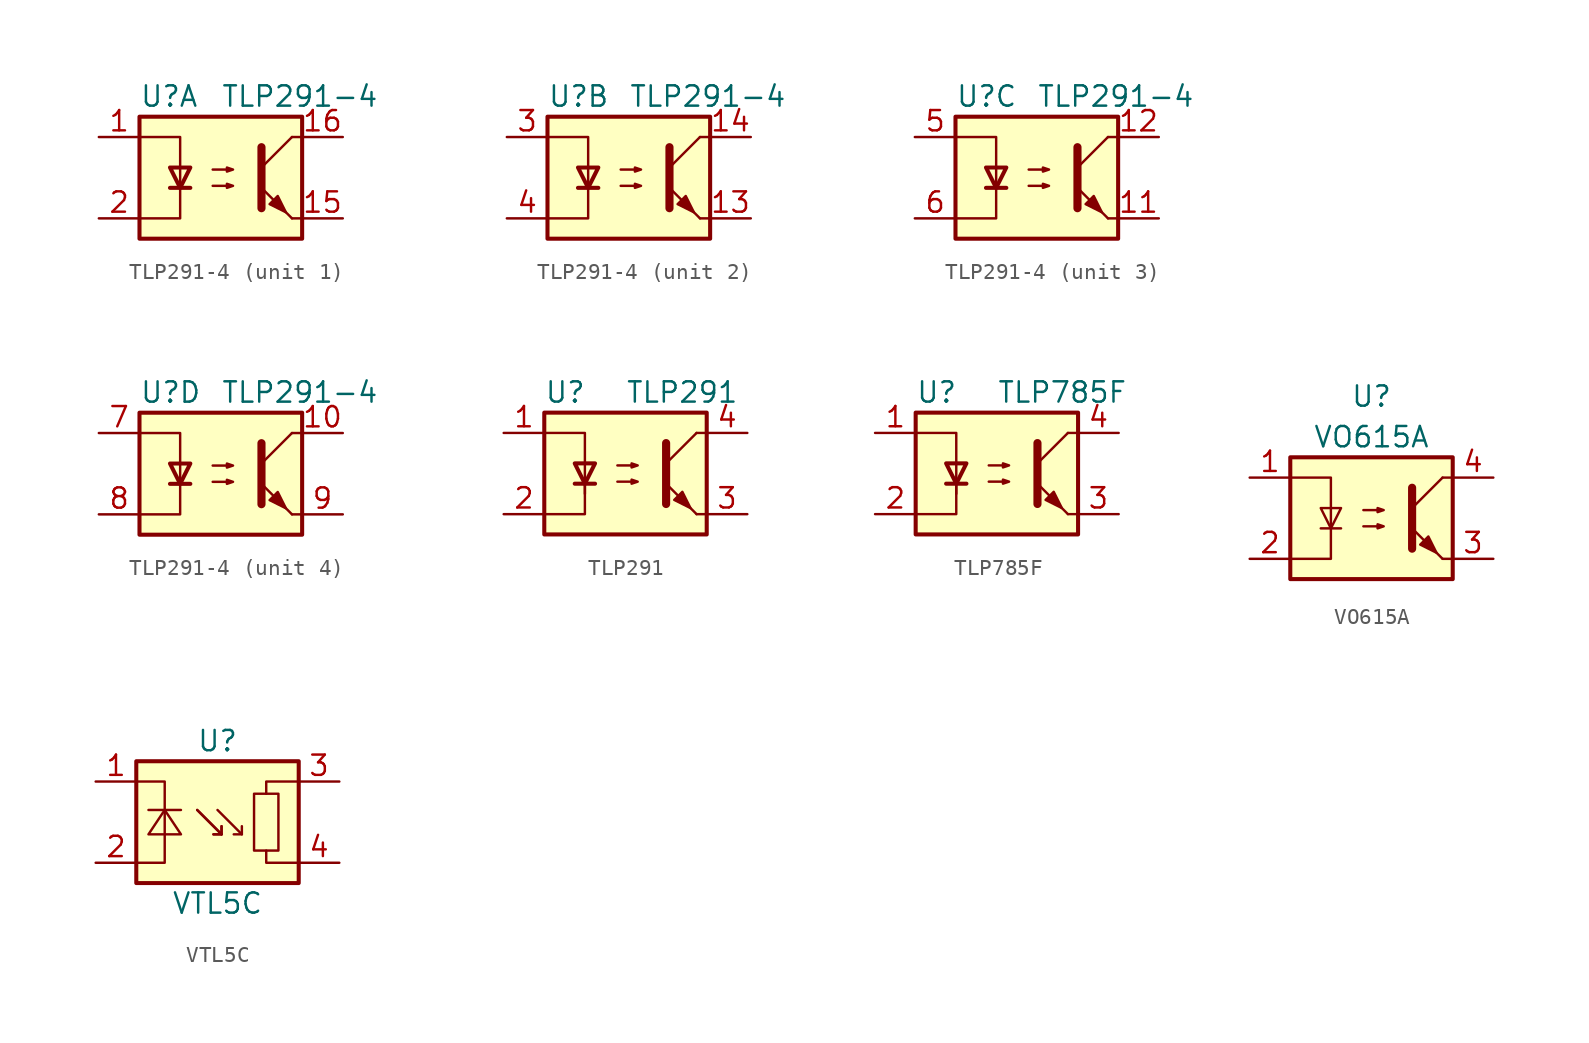
<source format=kicad_sym>
(kicad_symbol_lib
  (version 20201005)
  (generator kicad_symbol_editor)
  (symbol "TLP291-4"
    (property "Reference" "U"
      (at -5.08 5.08 0)
      (effects (font (size 1.27 1.27)) (justify left)))
    (property "Value" "TLP291-4"
      (at 0 5.08 0)
      (effects (font (size 1.27 1.27)) (justify left)))
    (symbol "TLP291-4_0_1"
      (rectangle (start -5.08 3.81) (end 5.08 -3.81) (stroke (width 0.254)) (fill (type background)))
      (polyline (pts (xy -3.175 -0.635) (xy -1.905 -0.635)) (stroke (width 0.254)) (fill (type none)))
      (polyline (pts (xy 2.54 0.635) (xy 4.445 2.54)) (stroke (width 0)) (fill (type none)))
      (polyline (pts (xy 4.445 -2.54) (xy 5.08 -2.54)) (stroke (width 0)) (fill (type none)))
      (polyline (pts (xy 4.445 2.54) (xy 5.08 2.54)) (stroke (width 0)) (fill (type none)))
      (polyline (pts (xy -5.08 2.54) (xy -2.54 2.54) (xy -2.54 0.635)) (stroke (width 0)) (fill (type none)))
      (polyline (pts (xy -2.54 0.635) (xy -2.54 -2.54) (xy -5.08 -2.54)) (stroke (width 0)) (fill (type none)))
      (polyline (pts (xy 2.54 1.905) (xy 2.54 -1.905) (xy 2.54 -1.905)) (stroke (width 0.508)) (fill (type none)))
      (polyline (pts (xy -2.54 -0.635) (xy -3.175 0.635) (xy -1.905 0.635) (xy -2.54 -0.635)) (stroke (width 0.254)) (fill (type none)))
      (polyline (pts (xy -0.508 -0.508) (xy 0.762 -0.508) (xy 0.381 -0.635) (xy 0.381 -0.381) (xy 0.762 -0.508)) (stroke (width 0)) (fill (type none)))
      (polyline (pts (xy -0.508 0.508) (xy 0.762 0.508) (xy 0.381 0.381) (xy 0.381 0.635) (xy 0.762 0.508)) (stroke (width 0)) (fill (type none)))
      (polyline (pts (xy 4.445 -2.54) (xy 2.54 -0.635)) (stroke (width 0)) (fill (type outline)))
      (polyline (pts (xy 3.048 -1.651) (xy 3.556 -1.143) (xy 4.064 -2.159) (xy 3.048 -1.651) (xy 3.048 -1.651)) (stroke (width 0)) (fill (type outline))))
    (symbol "TLP291-4_1_1"
      (pin passive line (at -7.62 2.54 0) (length 2.54) (name "~" (effects (font (size 1.27 1.27)))) (number "1" (effects (font (size 1.27 1.27)))))
      (pin passive line (at 7.62 -2.54 180) (length 2.54) (name "~" (effects (font (size 1.27 1.27)))) (number "15" (effects (font (size 1.27 1.27)))))
      (pin passive line (at 7.62 2.54 180) (length 2.54) (name "~" (effects (font (size 1.27 1.27)))) (number "16" (effects (font (size 1.27 1.27)))))
      (pin passive line (at -7.62 -2.54 0) (length 2.54) (name "~" (effects (font (size 1.27 1.27)))) (number "2" (effects (font (size 1.27 1.27))))))
    (symbol "TLP291-4_2_1"
      (pin passive line (at 7.62 -2.54 180) (length 2.54) (name "~" (effects (font (size 1.27 1.27)))) (number "13" (effects (font (size 1.27 1.27)))))
      (pin passive line (at 7.62 2.54 180) (length 2.54) (name "~" (effects (font (size 1.27 1.27)))) (number "14" (effects (font (size 1.27 1.27)))))
      (pin passive line (at -7.62 2.54 0) (length 2.54) (name "~" (effects (font (size 1.27 1.27)))) (number "3" (effects (font (size 1.27 1.27)))))
      (pin passive line (at -7.62 -2.54 0) (length 2.54) (name "~" (effects (font (size 1.27 1.27)))) (number "4" (effects (font (size 1.27 1.27))))))
    (symbol "TLP291-4_3_1"
      (pin passive line (at 7.62 -2.54 180) (length 2.54) (name "~" (effects (font (size 1.27 1.27)))) (number "11" (effects (font (size 1.27 1.27)))))
      (pin passive line (at 7.62 2.54 180) (length 2.54) (name "~" (effects (font (size 1.27 1.27)))) (number "12" (effects (font (size 1.27 1.27)))))
      (pin passive line (at -7.62 2.54 0) (length 2.54) (name "~" (effects (font (size 1.27 1.27)))) (number "5" (effects (font (size 1.27 1.27)))))
      (pin passive line (at -7.62 -2.54 0) (length 2.54) (name "~" (effects (font (size 1.27 1.27)))) (number "6" (effects (font (size 1.27 1.27))))))
    (symbol "TLP291-4_4_1"
      (pin passive line (at 7.62 2.54 180) (length 2.54) (name "~" (effects (font (size 1.27 1.27)))) (number "10" (effects (font (size 1.27 1.27)))))
      (pin passive line (at -7.62 2.54 0) (length 2.54) (name "~" (effects (font (size 1.27 1.27)))) (number "7" (effects (font (size 1.27 1.27)))))
      (pin passive line (at -7.62 -2.54 0) (length 2.54) (name "~" (effects (font (size 1.27 1.27)))) (number "8" (effects (font (size 1.27 1.27)))))
      (pin passive line (at 7.62 -2.54 180) (length 2.54) (name "~" (effects (font (size 1.27 1.27)))) (number "9" (effects (font (size 1.27 1.27)))))))
  (symbol "TLP291"
    (property "Reference" "U"
      (at -5.08 5.08 0)
      (effects (font (size 1.27 1.27)) (justify left)))
    (property "Value" "TLP291"
      (at 0 5.08 0)
      (effects (font (size 1.27 1.27)) (justify left)))
    (symbol "TLP291_0_1"
      (rectangle (start -5.08 3.81) (end 5.08 -3.81) (stroke (width 0.254)) (fill (type background)))
      (polyline (pts (xy -3.175 -0.635) (xy -1.905 -0.635)) (stroke (width 0.254)) (fill (type none)))
      (polyline (pts (xy 2.54 0.635) (xy 4.445 2.54)) (stroke (width 0)) (fill (type none)))
      (polyline (pts (xy 4.445 -2.54) (xy 5.08 -2.54)) (stroke (width 0)) (fill (type none)))
      (polyline (pts (xy 4.445 2.54) (xy 5.08 2.54)) (stroke (width 0)) (fill (type none)))
      (polyline (pts (xy -2.54 -0.635) (xy -2.54 -2.54) (xy -5.08 -2.54)) (stroke (width 0)) (fill (type none)))
      (polyline (pts (xy 2.54 1.905) (xy 2.54 -1.905) (xy 2.54 -1.905)) (stroke (width 0.508)) (fill (type none)))
      (polyline (pts (xy -5.08 2.54) (xy -2.54 2.54) (xy -2.54 -1.27) (xy -2.54 0.635)) (stroke (width 0)) (fill (type none)))
      (polyline (pts (xy -2.54 -0.635) (xy -3.175 0.635) (xy -1.905 0.635) (xy -2.54 -0.635)) (stroke (width 0.254)) (fill (type none)))
      (polyline (pts (xy -0.508 -0.508) (xy 0.762 -0.508) (xy 0.381 -0.635) (xy 0.381 -0.381) (xy 0.762 -0.508)) (stroke (width 0)) (fill (type none)))
      (polyline (pts (xy -0.508 0.508) (xy 0.762 0.508) (xy 0.381 0.381) (xy 0.381 0.635) (xy 0.762 0.508)) (stroke (width 0)) (fill (type none)))
      (polyline (pts (xy 4.445 -2.54) (xy 2.54 -0.635)) (stroke (width 0)) (fill (type outline)))
      (polyline (pts (xy 3.048 -1.651) (xy 3.556 -1.143) (xy 4.064 -2.159) (xy 3.048 -1.651) (xy 3.048 -1.651)) (stroke (width 0)) (fill (type outline))))
    (symbol "TLP291_1_1"
      (pin passive line (at -7.62 2.54 0) (length 2.54) (name "~" (effects (font (size 1.27 1.27)))) (number "1" (effects (font (size 1.27 1.27)))))
      (pin passive line (at -7.62 -2.54 0) (length 2.54) (name "~" (effects (font (size 1.27 1.27)))) (number "2" (effects (font (size 1.27 1.27)))))
      (pin passive line (at 7.62 -2.54 180) (length 2.54) (name "~" (effects (font (size 1.27 1.27)))) (number "3" (effects (font (size 1.27 1.27)))))
      (pin passive line (at 7.62 2.54 180) (length 2.54) (name "~" (effects (font (size 1.27 1.27)))) (number "4" (effects (font (size 1.27 1.27)))))))
  (symbol "TLP785F"
    (pin_names
      (offset 1.016))
    (property "Reference" "U"
      (at -5.08 5.08 0)
      (effects (font (size 1.27 1.27)) (justify left)))
    (property "Value" "TLP785F"
      (at 0 5.08 0)
      (effects (font (size 1.27 1.27)) (justify left)))
    (symbol "TLP785F_0_1"
      (rectangle (start -5.08 3.81) (end 5.08 -3.81) (stroke (width 0.254)) (fill (type background)))
      (polyline (pts (xy -3.175 -0.635) (xy -1.905 -0.635)) (stroke (width 0.254)) (fill (type none)))
      (polyline (pts (xy 2.54 0.635) (xy 4.445 2.54)) (stroke (width 0)) (fill (type none)))
      (polyline (pts (xy 4.445 -2.54) (xy 5.08 -2.54)) (stroke (width 0)) (fill (type none)))
      (polyline (pts (xy 4.445 2.54) (xy 5.08 2.54)) (stroke (width 0)) (fill (type none)))
      (polyline (pts (xy -2.54 -0.635) (xy -2.54 -2.54) (xy -5.08 -2.54)) (stroke (width 0)) (fill (type none)))
      (polyline (pts (xy 2.54 1.905) (xy 2.54 -1.905) (xy 2.54 -1.905)) (stroke (width 0.508)) (fill (type none)))
      (polyline (pts (xy -5.08 2.54) (xy -2.54 2.54) (xy -2.54 -1.27) (xy -2.54 0.635)) (stroke (width 0)) (fill (type none)))
      (polyline (pts (xy -2.54 -0.635) (xy -3.175 0.635) (xy -1.905 0.635) (xy -2.54 -0.635)) (stroke (width 0.254)) (fill (type none)))
      (polyline (pts (xy -0.508 -0.508) (xy 0.762 -0.508) (xy 0.381 -0.635) (xy 0.381 -0.381) (xy 0.762 -0.508)) (stroke (width 0)) (fill (type none)))
      (polyline (pts (xy -0.508 0.508) (xy 0.762 0.508) (xy 0.381 0.381) (xy 0.381 0.635) (xy 0.762 0.508)) (stroke (width 0)) (fill (type none)))
      (polyline (pts (xy 4.445 -2.54) (xy 2.54 -0.635)) (stroke (width 0)) (fill (type outline)))
      (polyline (pts (xy 3.048 -1.651) (xy 3.556 -1.143) (xy 4.064 -2.159) (xy 3.048 -1.651) (xy 3.048 -1.651)) (stroke (width 0)) (fill (type outline))))
    (symbol "TLP785F_1_1"
      (pin passive line (at -7.62 2.54 0) (length 2.54) (name "~" (effects (font (size 1.27 1.27)))) (number "1" (effects (font (size 1.27 1.27)))))
      (pin passive line (at -7.62 -2.54 0) (length 2.54) (name "~" (effects (font (size 1.27 1.27)))) (number "2" (effects (font (size 1.27 1.27)))))
      (pin passive line (at 7.62 -2.54 180) (length 2.54) (name "~" (effects (font (size 1.27 1.27)))) (number "3" (effects (font (size 1.27 1.27)))))
      (pin passive line (at 7.62 2.54 180) (length 2.54) (name "~" (effects (font (size 1.27 1.27)))) (number "4" (effects (font (size 1.27 1.27)))))))
  (symbol "VO615A"
    (pin_names
      (offset 0.762))
    (property "Reference" "U"
      (at 0 7.62 0)
      (effects (font (size 1.27 1.27))))
    (property "Value" "VO615A"
      (at 0 5.08 0)
      (effects (font (size 1.27 1.27))))
    (symbol "VO615A_0_1"
      (rectangle (start -5.08 3.81) (end 5.08 -3.81) (stroke (width 0.254)) (fill (type background)))
      (polyline (pts (xy -3.175 -0.635) (xy -1.905 -0.635)) (stroke (width 0)) (fill (type none)))
      (polyline (pts (xy 2.54 0.635) (xy 4.445 2.54)) (stroke (width 0)) (fill (type none)))
      (polyline (pts (xy 4.445 -2.54) (xy 5.08 -2.54)) (stroke (width 0)) (fill (type none)))
      (polyline (pts (xy 4.445 2.54) (xy 5.08 2.54)) (stroke (width 0)) (fill (type none)))
      (polyline (pts (xy 2.54 1.905) (xy 2.54 -1.905) (xy 2.54 -1.905)) (stroke (width 0.508)) (fill (type none)))
      (polyline (pts (xy -5.08 2.54) (xy -2.54 2.54) (xy -2.54 -2.54) (xy -5.08 -2.54)) (stroke (width 0)) (fill (type none)))
      (polyline (pts (xy -2.54 -0.635) (xy -3.175 0.635) (xy -1.905 0.635) (xy -2.54 -0.635)) (stroke (width 0)) (fill (type none)))
      (polyline (pts (xy -0.508 -0.508) (xy 0.762 -0.508) (xy 0.381 -0.635) (xy 0.381 -0.381) (xy 0.762 -0.508)) (stroke (width 0)) (fill (type none)))
      (polyline (pts (xy -0.508 0.508) (xy 0.762 0.508) (xy 0.381 0.381) (xy 0.381 0.635) (xy 0.762 0.508)) (stroke (width 0)) (fill (type none)))
      (polyline (pts (xy 4.445 -2.54) (xy 2.54 -0.635)) (stroke (width 0)) (fill (type outline)))
      (polyline (pts (xy 3.048 -1.651) (xy 3.556 -1.143) (xy 4.064 -2.159) (xy 3.048 -1.651) (xy 3.048 -1.651)) (stroke (width 0)) (fill (type outline))))
    (symbol "VO615A_1_1"
      (pin passive line (at -7.62 2.54 0) (length 2.54) (name "~" (effects (font (size 1.27 1.27)))) (number "1" (effects (font (size 1.27 1.27)))))
      (pin passive line (at -7.62 -2.54 0) (length 2.54) (name "~" (effects (font (size 1.27 1.27)))) (number "2" (effects (font (size 1.27 1.27)))))
      (pin passive line (at 7.62 -2.54 180) (length 2.54) (name "~" (effects (font (size 1.27 1.27)))) (number "3" (effects (font (size 1.27 1.27)))))
      (pin passive line (at 7.62 2.54 180) (length 2.54) (name "~" (effects (font (size 1.27 1.27)))) (number "4" (effects (font (size 1.27 1.27)))))))
  (symbol "VTL5C"
    (pin_names
      (offset 1.016) hide)
    (property "Reference" "U"
      (at 0 5.08 0)
      (effects (font (size 1.27 1.27))))
    (property "Value" "VTL5C"
      (at 0 -5.08 0)
      (effects (font (size 1.27 1.27))))
    (symbol "VTL5C_0_1"
      (rectangle (start 2.286 1.778) (end 3.81 -1.778) (stroke (width 0)) (fill (type none)))
      (rectangle (start -5.08 3.81) (end 5.08 -3.81) (stroke (width 0.254)) (fill (type background)))
      (polyline (pts (xy -4.318 0.762) (xy -2.286 0.762)) (stroke (width 0)) (fill (type none)))
      (polyline (pts (xy -1.27 0.762) (xy 0.254 -0.762)) (stroke (width 0)) (fill (type none)))
      (polyline (pts (xy -1.27 0.762) (xy 0.254 -0.762)) (stroke (width 0)) (fill (type none)))
      (polyline (pts (xy 0 0.762) (xy 1.524 -0.762)) (stroke (width 0)) (fill (type none)))
      (polyline (pts (xy 0.254 -0.254) (xy 0.254 -0.762) (xy -0.254 -0.762)) (stroke (width 0)) (fill (type none)))
      (polyline (pts (xy 0.254 -0.254) (xy 0.254 -0.762) (xy -0.254 -0.762)) (stroke (width 0)) (fill (type none)))
      (polyline (pts (xy 1.524 -0.254) (xy 1.524 -0.762) (xy 1.016 -0.762)) (stroke (width 0)) (fill (type none)))
      (polyline (pts (xy 3.048 -1.778) (xy 3.048 -2.54) (xy 5.08 -2.54)) (stroke (width 0)) (fill (type none)))
      (polyline (pts (xy 3.048 1.778) (xy 3.048 2.54) (xy 5.08 2.54)) (stroke (width 0)) (fill (type none)))
      (polyline (pts (xy -5.08 -2.54) (xy -3.302 -2.54) (xy -3.302 2.54) (xy -5.08 2.54)) (stroke (width 0)) (fill (type none))))
    (symbol "VTL5C_1_1"
      (polyline (pts (xy -4.318 -0.762) (xy -3.302 0.762) (xy -2.286 -0.762) (xy -4.318 -0.762)) (stroke (width 0)) (fill (type none)))
      (pin passive line (at -7.62 2.54 0) (length 2.54) (name "-" (effects (font (size 1.27 1.27)))) (number "1" (effects (font (size 1.27 1.27)))))
      (pin passive line (at -7.62 -2.54 0) (length 2.54) (name "+" (effects (font (size 1.27 1.27)))) (number "2" (effects (font (size 1.27 1.27)))))
      (pin passive line (at 7.62 2.54 180) (length 2.54) (name "~" (effects (font (size 1.27 1.27)))) (number "3" (effects (font (size 1.27 1.27)))))
      (pin passive line (at 7.62 -2.54 180) (length 2.54) (name "~" (effects (font (size 1.27 1.27)))) (number "4" (effects (font (size 1.27 1.27))))))))
</source>
